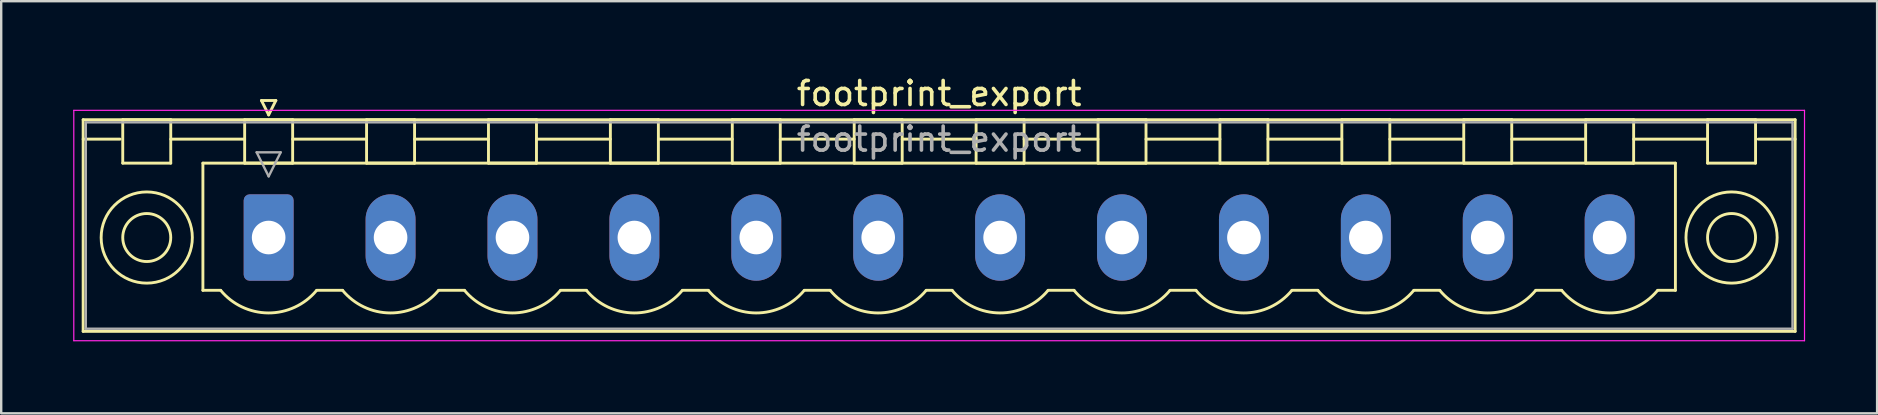
<source format=kicad_pcb>
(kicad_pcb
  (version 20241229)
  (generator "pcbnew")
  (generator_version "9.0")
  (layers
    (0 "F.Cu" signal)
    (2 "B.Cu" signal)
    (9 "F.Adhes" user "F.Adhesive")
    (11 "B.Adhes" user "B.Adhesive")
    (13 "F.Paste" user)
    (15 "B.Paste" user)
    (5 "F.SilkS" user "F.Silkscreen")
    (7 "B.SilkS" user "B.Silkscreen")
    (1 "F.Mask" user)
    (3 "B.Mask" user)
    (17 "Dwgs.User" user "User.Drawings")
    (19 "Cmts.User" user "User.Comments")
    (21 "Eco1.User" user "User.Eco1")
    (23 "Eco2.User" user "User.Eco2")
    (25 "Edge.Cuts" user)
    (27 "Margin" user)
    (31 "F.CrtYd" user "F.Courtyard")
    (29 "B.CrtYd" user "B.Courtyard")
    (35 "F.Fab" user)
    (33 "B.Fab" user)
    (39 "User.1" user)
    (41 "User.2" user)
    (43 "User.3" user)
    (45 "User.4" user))
  (footprint "footprint_export"
    (layer "F.Cu")
    (at 8.145 6.848)
    (property "Reference" "footprint_export" (at 27.94 -6 0) (layer "F.SilkS") (effects (font (size 1 1) (thickness 0.15))))
    (attr through_hole)
    (fp_line (start -7.73 -4.91) (end -7.73 3.91) (stroke (width 0.12) (type solid)) (layer "F.SilkS"))
    (fp_line (start -7.73 -4.1) (end -6.19 -4.1) (stroke (width 0.12) (type solid)) (layer "F.SilkS"))
    (fp_line (start -7.73 3.91) (end 63.61 3.91) (stroke (width 0.12) (type solid)) (layer "F.SilkS"))
    (fp_line (start -6.08 -4.91) (end -4.08 -4.91) (stroke (width 0.12) (type solid)) (layer "F.SilkS"))
    (fp_line (start -6.08 -3.1) (end -6.08 -4.91) (stroke (width 0.12) (type solid)) (layer "F.SilkS"))
    (fp_line (start -4.08 -4.91) (end -4.08 -3.1) (stroke (width 0.12) (type solid)) (layer "F.SilkS"))
    (fp_line (start -4.08 -4.1) (end -1 -4.1) (stroke (width 0.12) (type solid)) (layer "F.SilkS"))
    (fp_line (start -4.08 -3.1) (end -6.08 -3.1) (stroke (width 0.12) (type solid)) (layer "F.SilkS"))
    (fp_line (start -2.74 -3.1) (end 58.62 -3.1) (stroke (width 0.12) (type solid)) (layer "F.SilkS"))
    (fp_line (start -2.74 2.2) (end -2.74 -3.1) (stroke (width 0.12) (type solid)) (layer "F.SilkS"))
    (fp_line (start -2 2.2) (end -2.74 2.2) (stroke (width 0.12) (type solid)) (layer "F.SilkS"))
    (fp_line (start -1 -4.91) (end 1 -4.91) (stroke (width 0.12) (type solid)) (layer "F.SilkS"))
    (fp_line (start -1 -3.1) (end -1 -4.91) (stroke (width 0.12) (type solid)) (layer "F.SilkS"))
    (fp_line (start -0.3 -5.71) (end 0.3 -5.71) (stroke (width 0.12) (type solid)) (layer "F.SilkS"))
    (fp_line (start 0 -5.11) (end -0.3 -5.71) (stroke (width 0.12) (type solid)) (layer "F.SilkS"))
    (fp_line (start 0.3 -5.71) (end 0 -5.11) (stroke (width 0.12) (type solid)) (layer "F.SilkS"))
    (fp_line (start 1 -4.91) (end 1 -3.1) (stroke (width 0.12) (type solid)) (layer "F.SilkS"))
    (fp_line (start 1 -4.1) (end 4.08 -4.1) (stroke (width 0.12) (type solid)) (layer "F.SilkS"))
    (fp_line (start 1 -3.1) (end -1 -3.1) (stroke (width 0.12) (type solid)) (layer "F.SilkS"))
    (fp_line (start 2 2.2) (end 3.08 2.2) (stroke (width 0.12) (type solid)) (layer "F.SilkS"))
    (fp_line (start 4.08 -4.91) (end 6.08 -4.91) (stroke (width 0.12) (type solid)) (layer "F.SilkS"))
    (fp_line (start 4.08 -3.1) (end 4.08 -4.91) (stroke (width 0.12) (type solid)) (layer "F.SilkS"))
    (fp_line (start 6.08 -4.91) (end 6.08 -3.1) (stroke (width 0.12) (type solid)) (layer "F.SilkS"))
    (fp_line (start 6.08 -4.1) (end 9.16 -4.1) (stroke (width 0.12) (type solid)) (layer "F.SilkS"))
    (fp_line (start 6.08 -3.1) (end 4.08 -3.1) (stroke (width 0.12) (type solid)) (layer "F.SilkS"))
    (fp_line (start 7.08 2.2) (end 8.16 2.2) (stroke (width 0.12) (type solid)) (layer "F.SilkS"))
    (fp_line (start 9.16 -4.91) (end 11.16 -4.91) (stroke (width 0.12) (type solid)) (layer "F.SilkS"))
    (fp_line (start 9.16 -3.1) (end 9.16 -4.91) (stroke (width 0.12) (type solid)) (layer "F.SilkS"))
    (fp_line (start 11.16 -4.91) (end 11.16 -3.1) (stroke (width 0.12) (type solid)) (layer "F.SilkS"))
    (fp_line (start 11.16 -4.1) (end 14.24 -4.1) (stroke (width 0.12) (type solid)) (layer "F.SilkS"))
    (fp_line (start 11.16 -3.1) (end 9.16 -3.1) (stroke (width 0.12) (type solid)) (layer "F.SilkS"))
    (fp_line (start 12.16 2.2) (end 13.24 2.2) (stroke (width 0.12) (type solid)) (layer "F.SilkS"))
    (fp_line (start 14.24 -4.91) (end 16.24 -4.91) (stroke (width 0.12) (type solid)) (layer "F.SilkS"))
    (fp_line (start 14.24 -3.1) (end 14.24 -4.91) (stroke (width 0.12) (type solid)) (layer "F.SilkS"))
    (fp_line (start 16.24 -4.91) (end 16.24 -3.1) (stroke (width 0.12) (type solid)) (layer "F.SilkS"))
    (fp_line (start 16.24 -4.1) (end 19.32 -4.1) (stroke (width 0.12) (type solid)) (layer "F.SilkS"))
    (fp_line (start 16.24 -3.1) (end 14.24 -3.1) (stroke (width 0.12) (type solid)) (layer "F.SilkS"))
    (fp_line (start 17.24 2.2) (end 18.32 2.2) (stroke (width 0.12) (type solid)) (layer "F.SilkS"))
    (fp_line (start 19.32 -4.91) (end 21.32 -4.91) (stroke (width 0.12) (type solid)) (layer "F.SilkS"))
    (fp_line (start 19.32 -3.1) (end 19.32 -4.91) (stroke (width 0.12) (type solid)) (layer "F.SilkS"))
    (fp_line (start 21.32 -4.91) (end 21.32 -3.1) (stroke (width 0.12) (type solid)) (layer "F.SilkS"))
    (fp_line (start 21.32 -4.1) (end 24.4 -4.1) (stroke (width 0.12) (type solid)) (layer "F.SilkS"))
    (fp_line (start 21.32 -3.1) (end 19.32 -3.1) (stroke (width 0.12) (type solid)) (layer "F.SilkS"))
    (fp_line (start 22.32 2.2) (end 23.4 2.2) (stroke (width 0.12) (type solid)) (layer "F.SilkS"))
    (fp_line (start 24.4 -4.91) (end 26.4 -4.91) (stroke (width 0.12) (type solid)) (layer "F.SilkS"))
    (fp_line (start 24.4 -3.1) (end 24.4 -4.91) (stroke (width 0.12) (type solid)) (layer "F.SilkS"))
    (fp_line (start 26.4 -4.91) (end 26.4 -3.1) (stroke (width 0.12) (type solid)) (layer "F.SilkS"))
    (fp_line (start 26.4 -4.1) (end 29.48 -4.1) (stroke (width 0.12) (type solid)) (layer "F.SilkS"))
    (fp_line (start 26.4 -3.1) (end 24.4 -3.1) (stroke (width 0.12) (type solid)) (layer "F.SilkS"))
    (fp_line (start 27.4 2.2) (end 28.48 2.2) (stroke (width 0.12) (type solid)) (layer "F.SilkS"))
    (fp_line (start 29.48 -4.91) (end 31.48 -4.91) (stroke (width 0.12) (type solid)) (layer "F.SilkS"))
    (fp_line (start 29.48 -3.1) (end 29.48 -4.91) (stroke (width 0.12) (type solid)) (layer "F.SilkS"))
    (fp_line (start 31.48 -4.91) (end 31.48 -3.1) (stroke (width 0.12) (type solid)) (layer "F.SilkS"))
    (fp_line (start 31.48 -4.1) (end 34.56 -4.1) (stroke (width 0.12) (type solid)) (layer "F.SilkS"))
    (fp_line (start 31.48 -3.1) (end 29.48 -3.1) (stroke (width 0.12) (type solid)) (layer "F.SilkS"))
    (fp_line (start 32.48 2.2) (end 33.56 2.2) (stroke (width 0.12) (type solid)) (layer "F.SilkS"))
    (fp_line (start 34.56 -4.91) (end 36.56 -4.91) (stroke (width 0.12) (type solid)) (layer "F.SilkS"))
    (fp_line (start 34.56 -3.1) (end 34.56 -4.91) (stroke (width 0.12) (type solid)) (layer "F.SilkS"))
    (fp_line (start 36.56 -4.91) (end 36.56 -3.1) (stroke (width 0.12) (type solid)) (layer "F.SilkS"))
    (fp_line (start 36.56 -4.1) (end 39.64 -4.1) (stroke (width 0.12) (type solid)) (layer "F.SilkS"))
    (fp_line (start 36.56 -3.1) (end 34.56 -3.1) (stroke (width 0.12) (type solid)) (layer "F.SilkS"))
    (fp_line (start 37.56 2.2) (end 38.64 2.2) (stroke (width 0.12) (type solid)) (layer "F.SilkS"))
    (fp_line (start 39.64 -4.91) (end 41.64 -4.91) (stroke (width 0.12) (type solid)) (layer "F.SilkS"))
    (fp_line (start 39.64 -3.1) (end 39.64 -4.91) (stroke (width 0.12) (type solid)) (layer "F.SilkS"))
    (fp_line (start 41.64 -4.91) (end 41.64 -3.1) (stroke (width 0.12) (type solid)) (layer "F.SilkS"))
    (fp_line (start 41.64 -4.1) (end 44.72 -4.1) (stroke (width 0.12) (type solid)) (layer "F.SilkS"))
    (fp_line (start 41.64 -3.1) (end 39.64 -3.1) (stroke (width 0.12) (type solid)) (layer "F.SilkS"))
    (fp_line (start 42.64 2.2) (end 43.72 2.2) (stroke (width 0.12) (type solid)) (layer "F.SilkS"))
    (fp_line (start 44.72 -4.91) (end 46.72 -4.91) (stroke (width 0.12) (type solid)) (layer "F.SilkS"))
    (fp_line (start 44.72 -3.1) (end 44.72 -4.91) (stroke (width 0.12) (type solid)) (layer "F.SilkS"))
    (fp_line (start 46.72 -4.91) (end 46.72 -3.1) (stroke (width 0.12) (type solid)) (layer "F.SilkS"))
    (fp_line (start 46.72 -4.1) (end 49.8 -4.1) (stroke (width 0.12) (type solid)) (layer "F.SilkS"))
    (fp_line (start 46.72 -3.1) (end 44.72 -3.1) (stroke (width 0.12) (type solid)) (layer "F.SilkS"))
    (fp_line (start 47.72 2.2) (end 48.8 2.2) (stroke (width 0.12) (type solid)) (layer "F.SilkS"))
    (fp_line (start 49.8 -4.91) (end 51.8 -4.91) (stroke (width 0.12) (type solid)) (layer "F.SilkS"))
    (fp_line (start 49.8 -3.1) (end 49.8 -4.91) (stroke (width 0.12) (type solid)) (layer "F.SilkS"))
    (fp_line (start 51.8 -4.91) (end 51.8 -3.1) (stroke (width 0.12) (type solid)) (layer "F.SilkS"))
    (fp_line (start 51.8 -4.1) (end 54.88 -4.1) (stroke (width 0.12) (type solid)) (layer "F.SilkS"))
    (fp_line (start 51.8 -3.1) (end 49.8 -3.1) (stroke (width 0.12) (type solid)) (layer "F.SilkS"))
    (fp_line (start 52.8 2.2) (end 53.88 2.2) (stroke (width 0.12) (type solid)) (layer "F.SilkS"))
    (fp_line (start 54.88 -4.91) (end 56.88 -4.91) (stroke (width 0.12) (type solid)) (layer "F.SilkS"))
    (fp_line (start 54.88 -3.1) (end 54.88 -4.91) (stroke (width 0.12) (type solid)) (layer "F.SilkS"))
    (fp_line (start 56.88 -4.91) (end 56.88 -3.1) (stroke (width 0.12) (type solid)) (layer "F.SilkS"))
    (fp_line (start 56.88 -4.1) (end 59.96 -4.1) (stroke (width 0.12) (type solid)) (layer "F.SilkS"))
    (fp_line (start 56.88 -3.1) (end 54.88 -3.1) (stroke (width 0.12) (type solid)) (layer "F.SilkS"))
    (fp_line (start 58.62 -3.1) (end 58.62 2.2) (stroke (width 0.12) (type solid)) (layer "F.SilkS"))
    (fp_line (start 58.62 2.2) (end 57.88 2.2) (stroke (width 0.12) (type solid)) (layer "F.SilkS"))
    (fp_line (start 59.96 -4.91) (end 61.96 -4.91) (stroke (width 0.12) (type solid)) (layer "F.SilkS"))
    (fp_line (start 59.96 -3.1) (end 59.96 -4.91) (stroke (width 0.12) (type solid)) (layer "F.SilkS"))
    (fp_line (start 61.96 -4.91) (end 61.96 -3.1) (stroke (width 0.12) (type solid)) (layer "F.SilkS"))
    (fp_line (start 61.96 -3.1) (end 59.96 -3.1) (stroke (width 0.12) (type solid)) (layer "F.SilkS"))
    (fp_line (start 63.61 -4.91) (end -7.73 -4.91) (stroke (width 0.12) (type solid)) (layer "F.SilkS"))
    (fp_line (start 63.61 -4.1) (end 62.07 -4.1) (stroke (width 0.12) (type solid)) (layer "F.SilkS"))
    (fp_line (start 63.61 3.91) (end 63.61 -4.91) (stroke (width 0.12) (type solid)) (layer "F.SilkS"))
    (fp_arc (start 1.986842 2.215821) (mid -0.010289 3.142758) (end -2 2.2) (stroke (width 0.12) (type solid)) (layer "F.SilkS"))
    (fp_arc (start 7.066842 2.215821) (mid 5.069711 3.142758) (end 3.08 2.2) (stroke (width 0.12) (type solid)) (layer "F.SilkS"))
    (fp_arc (start 12.146842 2.215821) (mid 10.149711 3.142758) (end 8.16 2.2) (stroke (width 0.12) (type solid)) (layer "F.SilkS"))
    (fp_arc (start 17.226842 2.215821) (mid 15.229711 3.142758) (end 13.24 2.2) (stroke (width 0.12) (type solid)) (layer "F.SilkS"))
    (fp_arc (start 22.306842 2.215821) (mid 20.309711 3.142758) (end 18.32 2.2) (stroke (width 0.12) (type solid)) (layer "F.SilkS"))
    (fp_arc (start 27.386842 2.215821) (mid 25.389711 3.142758) (end 23.4 2.2) (stroke (width 0.12) (type solid)) (layer "F.SilkS"))
    (fp_arc (start 32.466842 2.215821) (mid 30.469711 3.142758) (end 28.48 2.2) (stroke (width 0.12) (type solid)) (layer "F.SilkS"))
    (fp_arc (start 37.546842 2.215821) (mid 35.549711 3.142758) (end 33.56 2.2) (stroke (width 0.12) (type solid)) (layer "F.SilkS"))
    (fp_arc (start 42.626842 2.215821) (mid 40.629711 3.142758) (end 38.64 2.2) (stroke (width 0.12) (type solid)) (layer "F.SilkS"))
    (fp_arc (start 47.706842 2.215821) (mid 45.709711 3.142758) (end 43.72 2.2) (stroke (width 0.12) (type solid)) (layer "F.SilkS"))
    (fp_arc (start 52.786842 2.215821) (mid 50.789711 3.142758) (end 48.8 2.2) (stroke (width 0.12) (type solid)) (layer "F.SilkS"))
    (fp_arc (start 57.866842 2.215821) (mid 55.869711 3.142758) (end 53.88 2.2) (stroke (width 0.12) (type solid)) (layer "F.SilkS"))
    (fp_circle (center -5.08 0) (end -4.08 0) (stroke (width 0.12) (type solid)) (fill no) (layer "F.SilkS"))
    (fp_circle (center -5.08 0) (end -3.18 0) (stroke (width 0.12) (type solid)) (fill no) (layer "F.SilkS"))
    (fp_circle (center 60.96 0) (end 61.96 0) (stroke (width 0.12) (type solid)) (fill no) (layer "F.SilkS"))
    (fp_circle (center 60.96 0) (end 62.86 0) (stroke (width 0.12) (type solid)) (fill no) (layer "F.SilkS"))
    (fp_line (start -8.12 -5.3) (end -8.12 4.3) (stroke (width 0.05) (type solid)) (layer "F.CrtYd"))
    (fp_line (start -8.12 4.3) (end 64 4.3) (stroke (width 0.05) (type solid)) (layer "F.CrtYd"))
    (fp_line (start 64 -5.3) (end -8.12 -5.3) (stroke (width 0.05) (type solid)) (layer "F.CrtYd"))
    (fp_line (start 64 4.3) (end 64 -5.3) (stroke (width 0.05) (type solid)) (layer "F.CrtYd"))
    (fp_line (start -7.62 -4.8) (end -7.62 3.8) (stroke (width 0.1) (type solid)) (layer "F.Fab"))
    (fp_line (start -7.62 3.8) (end 63.5 3.8) (stroke (width 0.1) (type solid)) (layer "F.Fab"))
    (fp_line (start -0.5 -3.55) (end 0.5 -3.55) (stroke (width 0.1) (type solid)) (layer "F.Fab"))
    (fp_line (start 0 -2.55) (end -0.5 -3.55) (stroke (width 0.1) (type solid)) (layer "F.Fab"))
    (fp_line (start 0.5 -3.55) (end 0 -2.55) (stroke (width 0.1) (type solid)) (layer "F.Fab"))
    (fp_line (start 63.5 -4.8) (end -7.62 -4.8) (stroke (width 0.1) (type solid)) (layer "F.Fab"))
    (fp_line (start 63.5 3.8) (end 63.5 -4.8) (stroke (width 0.1) (type solid)) (layer "F.Fab"))
    (fp_text user "${REFERENCE}" (at 27.94 -4.1 0) (layer "F.Fab") (effects (font (size 1 1) (thickness 0.15))))
    (pad "1" thru_hole roundrect (at 0 0) (size 2.08 3.6) (drill 1.4) (layers "*.Cu" "*.Mask") (roundrect_rratio 0.12))
    (pad "2" thru_hole oval (at 5.08 0) (size 2.08 3.6) (drill 1.4) (layers "*.Cu" "*.Mask"))
    (pad "3" thru_hole oval (at 10.16 0) (size 2.08 3.6) (drill 1.4) (layers "*.Cu" "*.Mask"))
    (pad "4" thru_hole oval (at 15.24 0) (size 2.08 3.6) (drill 1.4) (layers "*.Cu" "*.Mask"))
    (pad "5" thru_hole oval (at 20.32 0) (size 2.08 3.6) (drill 1.4) (layers "*.Cu" "*.Mask"))
    (pad "6" thru_hole oval (at 25.4 0) (size 2.08 3.6) (drill 1.4) (layers "*.Cu" "*.Mask"))
    (pad "7" thru_hole oval (at 30.48 0) (size 2.08 3.6) (drill 1.4) (layers "*.Cu" "*.Mask"))
    (pad "8" thru_hole oval (at 35.56 0) (size 2.08 3.6) (drill 1.4) (layers "*.Cu" "*.Mask"))
    (pad "9" thru_hole oval (at 40.64 0) (size 2.08 3.6) (drill 1.4) (layers "*.Cu" "*.Mask"))
    (pad "10" thru_hole oval (at 45.72 0) (size 2.08 3.6) (drill 1.4) (layers "*.Cu" "*.Mask"))
    (pad "11" thru_hole oval (at 50.8 0) (size 2.08 3.6) (drill 1.4) (layers "*.Cu" "*.Mask"))
    (pad "12" thru_hole oval (at 55.88 0) (size 2.08 3.6) (drill 1.4) (layers "*.Cu" "*.Mask")))
  (gr_rect
    (start -3 -3)
    (end 75.17 14.173)
    (stroke (width 0.1) (type default))
    (fill no)
    (layer "Edge.Cuts")))
</source>
